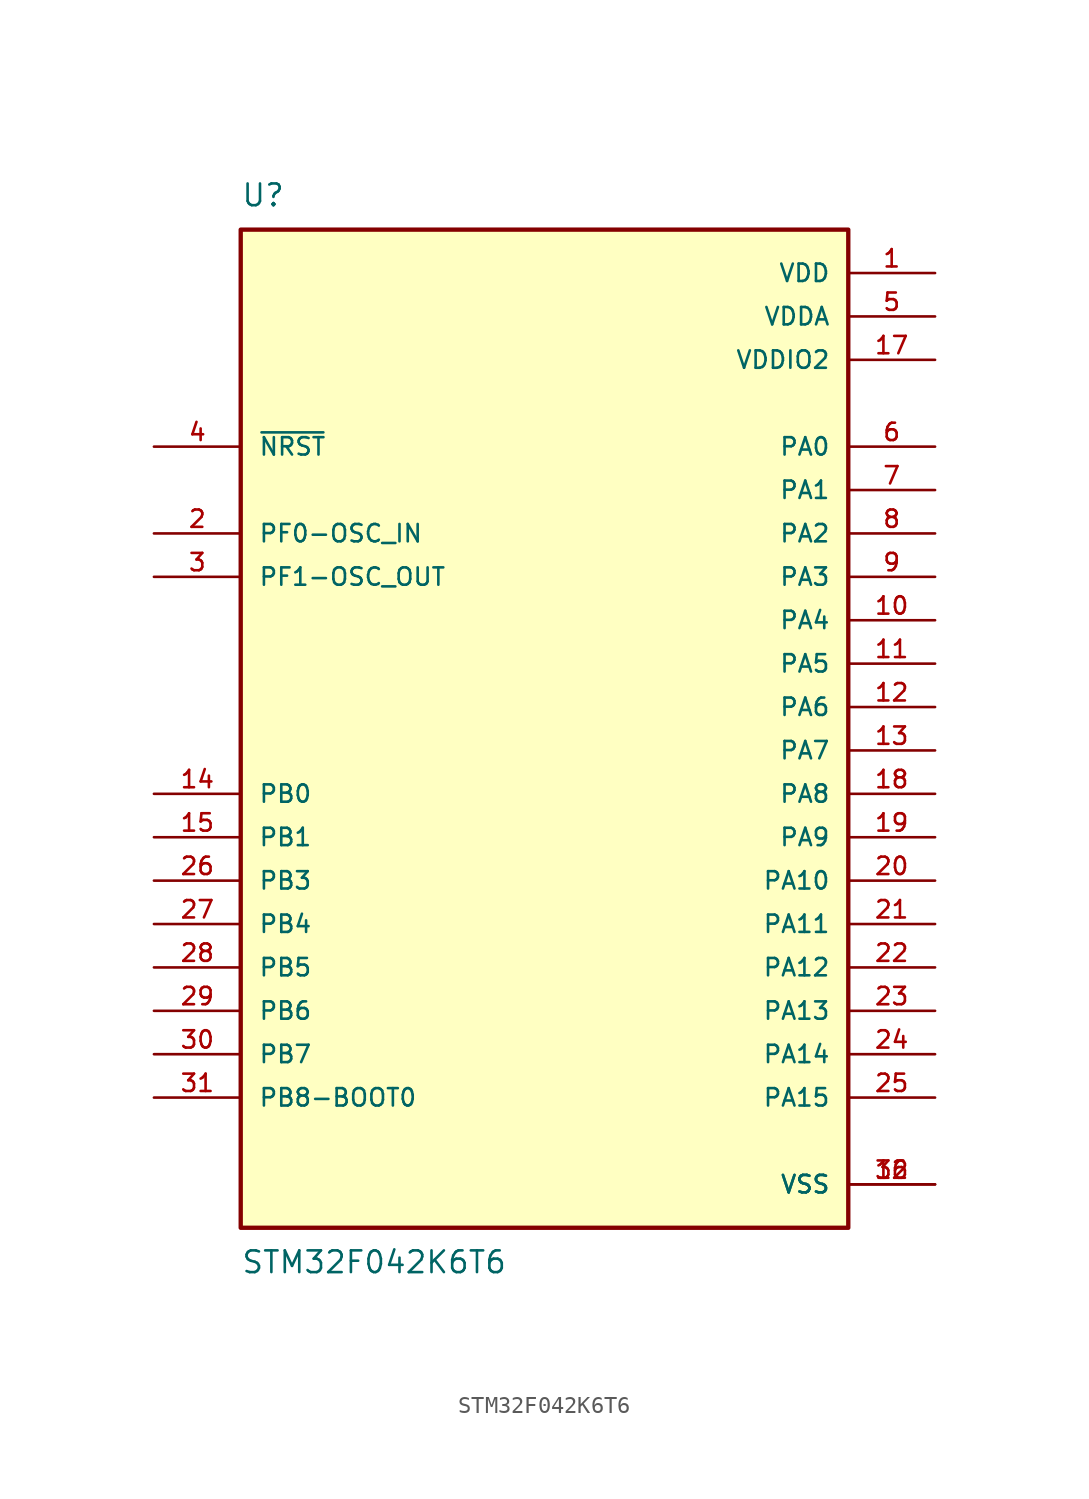
<source format=kicad_sym>
(kicad_symbol_lib
  (version 20211014)
  (generator kicad_symbol_editor)
  (symbol "STM32F042K6T6"
    (pin_names
      (offset 1.016))
    (property "Reference" "U"
      (at -17.78 29.21 0)
      (effects (font (size 1.27 1.27)) (justify bottom left)))
    (property "Value" "STM32F042K6T6"
      (at -17.78 -31.75 0)
      (effects (font (size 1.27 1.27)) (justify top left)))
    (symbol "STM32F042K6T6_0_0"
      (rectangle (start -17.78 -30.48) (end 17.78 27.94) (stroke (width 0.254)) (fill (type background)))
      (pin bidirectional line (at -22.86 10.16 0) (length 5.08) (name "PF0-OSC_IN" (effects (font (size 1.016 1.016)))) (number "2" (effects (font (size 1.016 1.016)))))
      (pin bidirectional line (at -22.86 7.62 0) (length 5.08) (name "PF1-OSC_OUT" (effects (font (size 1.016 1.016)))) (number "3" (effects (font (size 1.016 1.016)))))
      (pin power_in line (at 22.86 25.4 180.0) (length 5.08) (name "VDD" (effects (font (size 1.016 1.016)))) (number "1" (effects (font (size 1.016 1.016)))))
      (pin input line (at -22.86 15.24 0) (length 5.08) (name "~{NRST}" (effects (font (size 1.016 1.016)))) (number "4" (effects (font (size 1.016 1.016)))))
      (pin bidirectional line (at 22.86 5.08 180.0) (length 5.08) (name "PA4" (effects (font (size 1.016 1.016)))) (number "10" (effects (font (size 1.016 1.016)))))
      (pin bidirectional line (at 22.86 2.54 180.0) (length 5.08) (name "PA5" (effects (font (size 1.016 1.016)))) (number "11" (effects (font (size 1.016 1.016)))))
      (pin bidirectional line (at 22.86 0.0 180.0) (length 5.08) (name "PA6" (effects (font (size 1.016 1.016)))) (number "12" (effects (font (size 1.016 1.016)))))
      (pin bidirectional line (at 22.86 -2.54 180.0) (length 5.08) (name "PA7" (effects (font (size 1.016 1.016)))) (number "13" (effects (font (size 1.016 1.016)))))
      (pin bidirectional line (at -22.86 -5.08 0) (length 5.08) (name "PB0" (effects (font (size 1.016 1.016)))) (number "14" (effects (font (size 1.016 1.016)))))
      (pin bidirectional line (at -22.86 -7.62 0) (length 5.08) (name "PB1" (effects (font (size 1.016 1.016)))) (number "15" (effects (font (size 1.016 1.016)))))
      (pin bidirectional line (at -22.86 -10.16 0) (length 5.08) (name "PB3" (effects (font (size 1.016 1.016)))) (number "26" (effects (font (size 1.016 1.016)))))
      (pin bidirectional line (at -22.86 -12.7 0) (length 5.08) (name "PB4" (effects (font (size 1.016 1.016)))) (number "27" (effects (font (size 1.016 1.016)))))
      (pin bidirectional line (at -22.86 -15.24 0) (length 5.08) (name "PB5" (effects (font (size 1.016 1.016)))) (number "28" (effects (font (size 1.016 1.016)))))
      (pin bidirectional line (at -22.86 -17.78 0) (length 5.08) (name "PB6" (effects (font (size 1.016 1.016)))) (number "29" (effects (font (size 1.016 1.016)))))
      (pin bidirectional line (at 22.86 12.7 180.0) (length 5.08) (name "PA1" (effects (font (size 1.016 1.016)))) (number "7" (effects (font (size 1.016 1.016)))))
      (pin bidirectional line (at 22.86 10.16 180.0) (length 5.08) (name "PA2" (effects (font (size 1.016 1.016)))) (number "8" (effects (font (size 1.016 1.016)))))
      (pin bidirectional line (at 22.86 7.62 180.0) (length 5.08) (name "PA3" (effects (font (size 1.016 1.016)))) (number "9" (effects (font (size 1.016 1.016)))))
      (pin bidirectional line (at 22.86 15.24 180.0) (length 5.08) (name "PA0" (effects (font (size 1.016 1.016)))) (number "6" (effects (font (size 1.016 1.016)))))
      (pin power_in line (at 22.86 -27.94 180.0) (length 5.08) (name "VSS" (effects (font (size 1.016 1.016)))) (number "16" (effects (font (size 1.016 1.016)))))
      (pin power_in line (at 22.86 -27.94 180.0) (length 5.08) (name "VSS" (effects (font (size 1.016 1.016)))) (number "32" (effects (font (size 1.016 1.016)))))
      (pin power_in line (at 22.86 22.86 180.0) (length 5.08) (name "VDDA" (effects (font (size 1.016 1.016)))) (number "5" (effects (font (size 1.016 1.016)))))
      (pin power_in line (at 22.86 20.32 180.0) (length 5.08) (name "VDDIO2" (effects (font (size 1.016 1.016)))) (number "17" (effects (font (size 1.016 1.016)))))
      (pin bidirectional line (at 22.86 -5.08 180.0) (length 5.08) (name "PA8" (effects (font (size 1.016 1.016)))) (number "18" (effects (font (size 1.016 1.016)))))
      (pin bidirectional line (at 22.86 -7.62 180.0) (length 5.08) (name "PA9" (effects (font (size 1.016 1.016)))) (number "19" (effects (font (size 1.016 1.016)))))
      (pin bidirectional line (at 22.86 -10.16 180.0) (length 5.08) (name "PA10" (effects (font (size 1.016 1.016)))) (number "20" (effects (font (size 1.016 1.016)))))
      (pin bidirectional line (at 22.86 -12.7 180.0) (length 5.08) (name "PA11" (effects (font (size 1.016 1.016)))) (number "21" (effects (font (size 1.016 1.016)))))
      (pin bidirectional line (at 22.86 -15.24 180.0) (length 5.08) (name "PA12" (effects (font (size 1.016 1.016)))) (number "22" (effects (font (size 1.016 1.016)))))
      (pin bidirectional line (at 22.86 -17.78 180.0) (length 5.08) (name "PA13" (effects (font (size 1.016 1.016)))) (number "23" (effects (font (size 1.016 1.016)))))
      (pin bidirectional line (at 22.86 -20.32 180.0) (length 5.08) (name "PA14" (effects (font (size 1.016 1.016)))) (number "24" (effects (font (size 1.016 1.016)))))
      (pin bidirectional line (at 22.86 -22.86 180.0) (length 5.08) (name "PA15" (effects (font (size 1.016 1.016)))) (number "25" (effects (font (size 1.016 1.016)))))
      (pin bidirectional line (at -22.86 -22.86 0) (length 5.08) (name "PB8-BOOT0" (effects (font (size 1.016 1.016)))) (number "31" (effects (font (size 1.016 1.016)))))
      (pin bidirectional line (at -22.86 -20.32 0) (length 5.08) (name "PB7" (effects (font (size 1.016 1.016)))) (number "30" (effects (font (size 1.016 1.016))))))))
</source>
